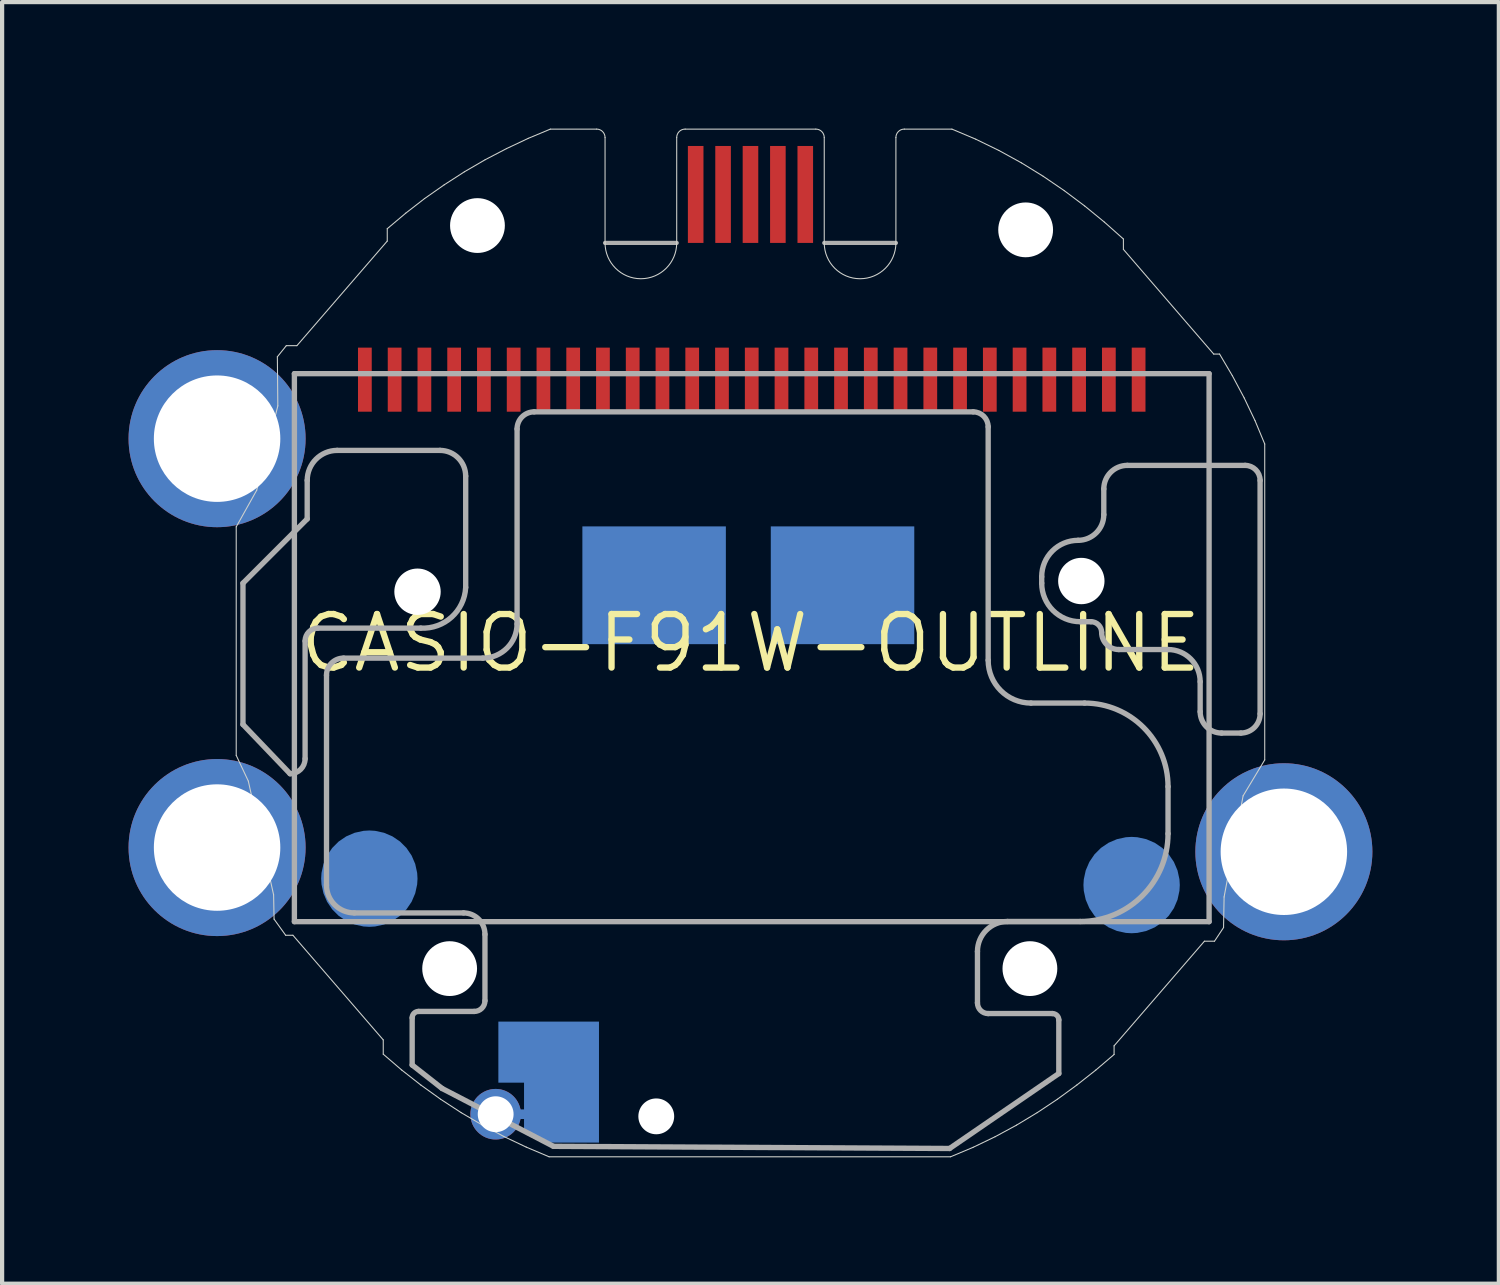
<source format=kicad_pcb>
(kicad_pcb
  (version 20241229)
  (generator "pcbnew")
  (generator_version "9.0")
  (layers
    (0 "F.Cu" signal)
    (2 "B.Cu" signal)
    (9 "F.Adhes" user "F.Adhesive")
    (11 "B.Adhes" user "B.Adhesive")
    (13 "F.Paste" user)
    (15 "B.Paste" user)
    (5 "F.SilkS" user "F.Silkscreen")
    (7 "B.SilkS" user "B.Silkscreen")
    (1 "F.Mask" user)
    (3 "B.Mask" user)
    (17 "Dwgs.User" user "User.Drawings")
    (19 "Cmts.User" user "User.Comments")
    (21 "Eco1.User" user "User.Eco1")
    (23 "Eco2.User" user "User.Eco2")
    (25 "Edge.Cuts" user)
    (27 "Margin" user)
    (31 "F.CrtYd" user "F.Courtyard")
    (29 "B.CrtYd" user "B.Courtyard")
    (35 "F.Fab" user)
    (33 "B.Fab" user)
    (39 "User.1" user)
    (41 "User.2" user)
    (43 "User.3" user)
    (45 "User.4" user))
  (footprint "CASIO-F91W-OUTLINE"
    (layer "F.Cu")
    (at 14.754 12.207)
    (property "Reference" "CASIO-F91W-OUTLINE" (at 0 0 0) (layer "F.SilkS") (effects (font (size 1.27 1.27) (thickness 0.15))))
    (fp_poly (pts (xy -3.594 11.849) (xy -4.957 11.849) (xy -5.372 11.589) (xy -5.372 11.29) (xy -5.626 11.29) (xy -5.626 11.062) (xy -5.372 11.062) (xy -5.372 10.427) (xy -5.981 10.427) (xy -5.981 8.979) (xy -3.594 8.979)) (stroke (width 0) (type solid)) (fill yes) (layer "B.Cu"))
    (fp_poly (pts (xy -3.594 11.849) (xy -4.957 11.849) (xy -5.372 11.589) (xy -5.372 10.427) (xy -5.981 10.427) (xy -5.981 8.979) (xy -3.594 8.979)) (stroke (width 0) (type solid)) (fill yes) (layer "B.Mask"))
    (fp_line (start -12.2 -2.758) (end -11.714 -3.627) (stroke (width 0.025) (type solid)) (layer "Edge.Cuts"))
    (fp_line (start -12.2 2.664) (end -12.2 -2.758) (stroke (width 0.025) (type solid)) (layer "Edge.Cuts"))
    (fp_line (start -11.913 3.273) (end -12.2 2.664) (stroke (width 0.025) (type solid)) (layer "Edge.Cuts"))
    (fp_line (start -11.714 -3.627) (end -11.213 -5.628) (stroke (width 0.025) (type solid)) (layer "Edge.Cuts"))
    (fp_line (start -11.313 5.972) (end -11.913 3.273) (stroke (width 0.025) (type solid)) (layer "Edge.Cuts"))
    (fp_line (start -11.302 6.548) (end -11.313 5.972) (stroke (width 0.025) (type solid)) (layer "Edge.Cuts"))
    (fp_line (start -11.224 -6.793) (end -11.213 -5.628) (stroke (width 0.025) (type solid)) (layer "Edge.Cuts"))
    (fp_line (start -11.027 6.931) (end -11.302 6.548) (stroke (width 0.025) (type solid)) (layer "Edge.Cuts"))
    (fp_line (start -11.012 -7.056) (end -11.224 -6.793) (stroke (width 0.025) (type solid)) (layer "Edge.Cuts"))
    (fp_line (start -10.855 6.931) (end -11.027 6.931) (stroke (width 0.025) (type solid)) (layer "Edge.Cuts"))
    (fp_line (start -10.761 -7.056) (end -11.012 -7.056) (stroke (width 0.025) (type solid)) (layer "Edge.Cuts"))
    (fp_line (start -8.712 9.413) (end -10.855 6.931) (stroke (width 0.025) (type solid)) (layer "Edge.Cuts"))
    (fp_line (start -8.712 9.752) (end -8.712 9.413) (stroke (width 0.025) (type solid)) (layer "Edge.Cuts"))
    (fp_line (start -8.617 -9.831) (end -8.617 -9.538) (stroke (width 0.025) (type solid)) (layer "Edge.Cuts"))
    (fp_line (start -8.617 -9.538) (end -10.761 -7.056) (stroke (width 0.025) (type solid)) (layer "Edge.Cuts"))
    (fp_line (start -8.274 10.128) (end -8.712 9.752) (stroke (width 0.025) (type solid)) (layer "Edge.Cuts"))
    (fp_line (start -8.18 -10.199) (end -8.617 -9.831) (stroke (width 0.025) (type solid)) (layer "Edge.Cuts"))
    (fp_line (start -7.819 10.485) (end -8.274 10.128) (stroke (width 0.025) (type solid)) (layer "Edge.Cuts"))
    (fp_line (start -7.73 -10.548) (end -8.18 -10.199) (stroke (width 0.025) (type solid)) (layer "Edge.Cuts"))
    (fp_line (start -7.349 10.822) (end -7.819 10.485) (stroke (width 0.025) (type solid)) (layer "Edge.Cuts"))
    (fp_line (start -7.264 -10.874) (end -7.73 -10.548) (stroke (width 0.025) (type solid)) (layer "Edge.Cuts"))
    (fp_line (start -6.864 11.139) (end -7.349 10.822) (stroke (width 0.025) (type solid)) (layer "Edge.Cuts"))
    (fp_line (start -6.786 -11.182) (end -7.264 -10.874) (stroke (width 0.025) (type solid)) (layer "Edge.Cuts"))
    (fp_line (start -6.363 11.433) (end -6.864 11.139) (stroke (width 0.025) (type solid)) (layer "Edge.Cuts"))
    (fp_line (start -6.294 -11.468) (end -6.786 -11.182) (stroke (width 0.025) (type solid)) (layer "Edge.Cuts"))
    (fp_line (start -5.849 11.706) (end -6.363 11.433) (stroke (width 0.025) (type solid)) (layer "Edge.Cuts"))
    (fp_line (start -5.789 -11.731) (end -6.294 -11.468) (stroke (width 0.025) (type solid)) (layer "Edge.Cuts"))
    (fp_line (start -5.319 11.957) (end -5.849 11.706) (stroke (width 0.025) (type solid)) (layer "Edge.Cuts"))
    (fp_line (start -5.274 -11.974) (end -5.789 -11.731) (stroke (width 0.025) (type solid)) (layer "Edge.Cuts"))
    (fp_line (start -4.778 12.186) (end -5.319 11.957) (stroke (width 0.025) (type solid)) (layer "Edge.Cuts"))
    (fp_line (start -4.748 -12.194) (end -5.274 -11.974) (stroke (width 0.025) (type solid)) (layer "Edge.Cuts"))
    (fp_line (start -4.748 -12.194) (end -3.65 -12.194) (stroke (width 0.025) (type solid)) (layer "Edge.Cuts"))
    (fp_line (start -3.45 -11.994) (end -3.45 -9.494) (stroke (width 0.025) (type solid)) (layer "Edge.Cuts"))
    (fp_line (start -1.75 -11.994) (end -1.75 -9.494) (stroke (width 0.025) (type solid)) (layer "Edge.Cuts"))
    (fp_line (start -1.55 -12.194) (end 1.55 -12.194) (stroke (width 0.025) (type solid)) (layer "Edge.Cuts"))
    (fp_line (start 1.75 -11.994) (end 1.75 -9.494) (stroke (width 0.025) (type solid)) (layer "Edge.Cuts"))
    (fp_line (start 3.45 -11.994) (end 3.45 -9.494) (stroke (width 0.025) (type solid)) (layer "Edge.Cuts"))
    (fp_line (start 3.65 -12.194) (end 4.779 -12.194) (stroke (width 0.025) (type solid)) (layer "Edge.Cuts"))
    (fp_line (start 4.747 12.186) (end -4.778 12.186) (stroke (width 0.025) (type solid)) (layer "Edge.Cuts"))
    (fp_line (start 5.283 11.961) (end 4.747 12.186) (stroke (width 0.025) (type solid)) (layer "Edge.Cuts"))
    (fp_line (start 5.344 -11.955) (end 4.779 -12.194) (stroke (width 0.025) (type solid)) (layer "Edge.Cuts"))
    (fp_line (start 5.804 11.71) (end 5.283 11.961) (stroke (width 0.025) (type solid)) (layer "Edge.Cuts"))
    (fp_line (start 5.894 -11.687) (end 5.344 -11.955) (stroke (width 0.025) (type solid)) (layer "Edge.Cuts"))
    (fp_line (start 6.31 11.436) (end 5.804 11.71) (stroke (width 0.025) (type solid)) (layer "Edge.Cuts"))
    (fp_line (start 6.427 -11.394) (end 5.894 -11.687) (stroke (width 0.025) (type solid)) (layer "Edge.Cuts"))
    (fp_line (start 6.802 11.139) (end 6.31 11.436) (stroke (width 0.025) (type solid)) (layer "Edge.Cuts"))
    (fp_line (start 6.944 -11.075) (end 6.427 -11.394) (stroke (width 0.025) (type solid)) (layer "Edge.Cuts"))
    (fp_line (start 7.279 10.822) (end 6.802 11.139) (stroke (width 0.025) (type solid)) (layer "Edge.Cuts"))
    (fp_line (start 7.444 -10.734) (end 6.944 -11.075) (stroke (width 0.025) (type solid)) (layer "Edge.Cuts"))
    (fp_line (start 7.742 10.484) (end 7.279 10.822) (stroke (width 0.025) (type solid)) (layer "Edge.Cuts"))
    (fp_line (start 7.928 -10.371) (end 7.444 -10.734) (stroke (width 0.025) (type solid)) (layer "Edge.Cuts"))
    (fp_line (start 8.191 10.13) (end 7.742 10.484) (stroke (width 0.025) (type solid)) (layer "Edge.Cuts"))
    (fp_line (start 8.396 -9.988) (end 7.928 -10.371) (stroke (width 0.025) (type solid)) (layer "Edge.Cuts"))
    (fp_line (start 8.626 9.554) (end 8.626 9.759) (stroke (width 0.025) (type solid)) (layer "Edge.Cuts"))
    (fp_line (start 8.626 9.759) (end 8.191 10.13) (stroke (width 0.025) (type solid)) (layer "Edge.Cuts"))
    (fp_line (start 8.847 -9.587) (end 8.396 -9.988) (stroke (width 0.025) (type solid)) (layer "Edge.Cuts"))
    (fp_line (start 8.847 -9.341) (end 8.847 -9.587) (stroke (width 0.025) (type solid)) (layer "Edge.Cuts"))
    (fp_line (start 10.769 7.072) (end 8.626 9.554) (stroke (width 0.025) (type solid)) (layer "Edge.Cuts"))
    (fp_line (start 10.99 -6.857) (end 8.847 -9.341) (stroke (width 0.025) (type solid)) (layer "Edge.Cuts"))
    (fp_line (start 11.008 7.072) (end 10.769 7.072) (stroke (width 0.025) (type solid)) (layer "Edge.Cuts"))
    (fp_line (start 11.129 -6.857) (end 10.99 -6.857) (stroke (width 0.025) (type solid)) (layer "Edge.Cuts"))
    (fp_line (start 11.223 6.748) (end 11.008 7.072) (stroke (width 0.025) (type solid)) (layer "Edge.Cuts"))
    (fp_line (start 11.236 6.022) (end 11.223 6.748) (stroke (width 0.025) (type solid)) (layer "Edge.Cuts"))
    (fp_line (start 11.431 -6.345) (end 11.129 -6.857) (stroke (width 0.025) (type solid)) (layer "Edge.Cuts"))
    (fp_line (start 11.687 3.623) (end 11.236 6.022) (stroke (width 0.025) (type solid)) (layer "Edge.Cuts"))
    (fp_line (start 11.687 3.623) (end 12.2 2.77) (stroke (width 0.025) (type solid)) (layer "Edge.Cuts"))
    (fp_line (start 11.712 -5.818) (end 11.431 -6.345) (stroke (width 0.025) (type solid)) (layer "Edge.Cuts"))
    (fp_line (start 11.969 -5.279) (end 11.712 -5.818) (stroke (width 0.025) (type solid)) (layer "Edge.Cuts"))
    (fp_line (start 12.2 -4.724) (end 11.969 -5.279) (stroke (width 0.025) (type solid)) (layer "Edge.Cuts"))
    (fp_line (start 12.2 2.77) (end 12.2 -4.724) (stroke (width 0.025) (type solid)) (layer "Edge.Cuts"))
    (fp_arc (start -3.65 -12.19444) (mid -3.508579 -12.135861) (end -3.45 -11.99444) (stroke (width 0.025) (type solid)) (layer "Edge.Cuts"))
    (fp_arc (start -1.75 -11.99444) (mid -1.691421 -12.135861) (end -1.55 -12.19444) (stroke (width 0.025) (type solid)) (layer "Edge.Cuts"))
    (fp_arc (start -1.75 -9.49444) (mid -2.6 -8.64444) (end -3.45 -9.49444) (stroke (width 0.025) (type solid)) (layer "Edge.Cuts"))
    (fp_arc (start 1.55 -12.19444) (mid 1.691421 -12.135861) (end 1.75 -11.99444) (stroke (width 0.025) (type solid)) (layer "Edge.Cuts"))
    (fp_arc (start 3.45 -11.99444) (mid 3.508579 -12.135861) (end 3.65 -12.19444) (stroke (width 0.025) (type solid)) (layer "Edge.Cuts"))
    (fp_arc (start 3.45 -9.49444) (mid 2.6 -8.64444) (end 1.75 -9.49444) (stroke (width 0.025) (type solid)) (layer "Edge.Cuts"))
    (fp_line (start -12.04 -1.422) (end -10.516 -2.946) (stroke (width 0.127) (type solid)) (layer "F.Fab"))
    (fp_line (start -12.04 1.93) (end -12.04 -1.422) (stroke (width 0.127) (type solid)) (layer "F.Fab"))
    (fp_line (start -10.922 3.099) (end -12.04 1.93) (stroke (width 0.127) (type solid)) (layer "F.Fab"))
    (fp_line (start -10.82 -6.392) (end -10.82 6.608) (stroke (width 0.127) (type solid)) (layer "F.Fab"))
    (fp_line (start -10.82 -6.392) (end 10.88 -6.392) (stroke (width 0.127) (type solid)) (layer "F.Fab"))
    (fp_line (start -10.566 -0.051) (end -10.566 2.743) (stroke (width 0.127) (type solid)) (layer "F.Fab"))
    (fp_line (start -10.516 -2.946) (end -10.516 -3.861) (stroke (width 0.127) (type solid)) (layer "F.Fab"))
    (fp_line (start -10.058 5.74) (end -10.058 0.762) (stroke (width 0.127) (type solid)) (layer "F.Fab"))
    (fp_line (start -9.804 -4.572) (end -7.366 -4.572) (stroke (width 0.127) (type solid)) (layer "F.Fab"))
    (fp_line (start -9.652 0.356) (end -6.35 0.356) (stroke (width 0.127) (type solid)) (layer "F.Fab"))
    (fp_line (start -8.026 10.008) (end -8.026 8.89) (stroke (width 0.127) (type solid)) (layer "F.Fab"))
    (fp_line (start -7.874 8.738) (end -6.553 8.738) (stroke (width 0.127) (type solid)) (layer "F.Fab"))
    (fp_line (start -7.823 -0.356) (end -10.262 -0.356) (stroke (width 0.127) (type solid)) (layer "F.Fab"))
    (fp_line (start -7.315 10.566) (end -8.026 10.008) (stroke (width 0.127) (type solid)) (layer "F.Fab"))
    (fp_line (start -6.807 6.401) (end -9.398 6.401) (stroke (width 0.127) (type solid)) (layer "F.Fab"))
    (fp_line (start -6.756 -3.962) (end -6.756 -1.321) (stroke (width 0.127) (type solid)) (layer "F.Fab"))
    (fp_line (start -6.299 8.484) (end -6.299 6.909) (stroke (width 0.127) (type solid)) (layer "F.Fab"))
    (fp_line (start -5.537 -0.457) (end -5.537 -5.08) (stroke (width 0.127) (type solid)) (layer "F.Fab"))
    (fp_line (start -5.131 -5.486) (end 5.283 -5.486) (stroke (width 0.127) (type solid)) (layer "F.Fab"))
    (fp_line (start -4.674 11.938) (end -7.315 10.566) (stroke (width 0.127) (type solid)) (layer "F.Fab"))
    (fp_line (start -1.75 -9.494) (end -3.45 -9.494) (stroke (width 0.1) (type solid)) (layer "F.Fab"))
    (fp_line (start 1.75 -9.494) (end 3.45 -9.494) (stroke (width 0.1) (type solid)) (layer "F.Fab"))
    (fp_line (start 4.724 11.989) (end -4.674 11.938) (stroke (width 0.127) (type solid)) (layer "F.Fab"))
    (fp_line (start 5.385 7.315) (end 5.385 8.534) (stroke (width 0.127) (type solid)) (layer "F.Fab"))
    (fp_line (start 5.639 -5.131) (end 5.639 0.406) (stroke (width 0.127) (type solid)) (layer "F.Fab"))
    (fp_line (start 5.639 8.788) (end 7.163 8.788) (stroke (width 0.127) (type solid)) (layer "F.Fab"))
    (fp_line (start 6.655 1.422) (end 7.925 1.422) (stroke (width 0.127) (type solid)) (layer "F.Fab"))
    (fp_line (start 6.909 -1.575) (end 6.909 -1.422) (stroke (width 0.127) (type solid)) (layer "F.Fab"))
    (fp_line (start 7.315 8.941) (end 7.315 10.211) (stroke (width 0.127) (type solid)) (layer "F.Fab"))
    (fp_line (start 7.315 10.211) (end 4.724 11.989) (stroke (width 0.127) (type solid)) (layer "F.Fab"))
    (fp_line (start 7.823 -0.508) (end 8.077 -0.508) (stroke (width 0.127) (type solid)) (layer "F.Fab"))
    (fp_line (start 7.823 6.604) (end 6.096 6.604) (stroke (width 0.127) (type solid)) (layer "F.Fab"))
    (fp_line (start 8.382 -3.658) (end 8.382 -3.048) (stroke (width 0.127) (type solid)) (layer "F.Fab"))
    (fp_line (start 8.738 0.152) (end 9.906 0.152) (stroke (width 0.127) (type solid)) (layer "F.Fab"))
    (fp_line (start 9.906 3.404) (end 9.906 4.521) (stroke (width 0.127) (type solid)) (layer "F.Fab"))
    (fp_line (start 10.668 0.914) (end 10.668 1.626) (stroke (width 0.127) (type solid)) (layer "F.Fab"))
    (fp_line (start 10.88 -6.392) (end 10.88 6.608) (stroke (width 0.127) (type solid)) (layer "F.Fab"))
    (fp_line (start 10.88 6.608) (end -10.82 6.608) (stroke (width 0.127) (type solid)) (layer "F.Fab"))
    (fp_line (start 11.176 2.134) (end 11.633 2.134) (stroke (width 0.127) (type solid)) (layer "F.Fab"))
    (fp_line (start 11.735 -4.216) (end 8.941 -4.216) (stroke (width 0.127) (type solid)) (layer "F.Fab"))
    (fp_line (start 12.09 1.676) (end 12.09 -3.861) (stroke (width 0.127) (type solid)) (layer "F.Fab"))
    (fp_arc (start -10.566401 -0.050799) (mid -10.477127 -0.266326) (end -10.2616 -0.3556) (stroke (width 0.127) (type solid)) (layer "F.Fab"))
    (fp_arc (start -10.5664 2.7432) (mid -10.670553 2.994647) (end -10.922 3.0988) (stroke (width 0.127) (type solid)) (layer "F.Fab"))
    (fp_arc (start -10.5156 -3.8608) (mid -10.307294 -4.363694) (end -9.8044 -4.572) (stroke (width 0.127) (type solid)) (layer "F.Fab"))
    (fp_arc (start -10.0584 0.762) (mid -9.939368 0.474632) (end -9.652 0.3556) (stroke (width 0.127) (type solid)) (layer "F.Fab"))
    (fp_arc (start -9.398 6.4008) (mid -9.864973 6.207373) (end -10.0584 5.7404) (stroke (width 0.127) (type solid)) (layer "F.Fab"))
    (fp_arc (start -8.0264 8.89) (mid -7.981763 8.782237) (end -7.874 8.7376) (stroke (width 0.127) (type solid)) (layer "F.Fab"))
    (fp_arc (start -7.366 -4.572) (mid -6.934948 -4.393452) (end -6.7564 -3.9624) (stroke (width 0.127) (type solid)) (layer "F.Fab"))
    (fp_arc (start -6.8072 6.4008) (mid -6.44799 6.54959) (end -6.2992 6.9088) (stroke (width 0.127) (type solid)) (layer "F.Fab"))
    (fp_arc (start -6.7564 -1.3208) (mid -7.089901 -0.617258) (end -7.8232 -0.3556) (stroke (width 0.127) (type solid)) (layer "F.Fab"))
    (fp_arc (start -6.2992 8.4836) (mid -6.373595 8.663205) (end -6.5532 8.7376) (stroke (width 0.127) (type solid)) (layer "F.Fab"))
    (fp_arc (start -5.5372 -5.08) (mid -5.418168 -5.367368) (end -5.1308 -5.4864) (stroke (width 0.127) (type solid)) (layer "F.Fab"))
    (fp_arc (start -5.5372 -0.4572) (mid -5.775264 0.117536) (end -6.35 0.3556) (stroke (width 0.127) (type solid)) (layer "F.Fab"))
    (fp_arc (start 5.2832 -5.4864) (mid 5.534647 -5.382247) (end 5.6388 -5.1308) (stroke (width 0.127) (type solid)) (layer "F.Fab"))
    (fp_arc (start 5.3848 7.3152) (mid 5.593106 6.812306) (end 6.096 6.604) (stroke (width 0.127) (type solid)) (layer "F.Fab"))
    (fp_arc (start 5.6388 8.7884) (mid 5.459195 8.714005) (end 5.3848 8.5344) (stroke (width 0.127) (type solid)) (layer "F.Fab"))
    (fp_arc (start 6.654801 1.422399) (mid 5.93638 1.12482) (end 5.6388 0.4064) (stroke (width 0.127) (type solid)) (layer "F.Fab"))
    (fp_arc (start 6.9088 -1.5748) (mid 7.161743 -2.185457) (end 7.7724 -2.4384) (stroke (width 0.127) (type solid)) (layer "F.Fab"))
    (fp_arc (start 7.1628 8.7884) (mid 7.270563 8.833037) (end 7.3152 8.9408) (stroke (width 0.127) (type solid)) (layer "F.Fab"))
    (fp_arc (start 7.8232 -0.508) (mid 7.176622 -0.775822) (end 6.9088 -1.4224) (stroke (width 0.127) (type solid)) (layer "F.Fab"))
    (fp_arc (start 7.9248 1.4224) (mid 9.32572 2.00268) (end 9.906 3.4036) (stroke (width 0.127) (type solid)) (layer "F.Fab"))
    (fp_arc (start 8.0772 -0.508) (mid 8.256806 -0.433605) (end 8.331201 -0.253999) (stroke (width 0.127) (type solid)) (layer "F.Fab"))
    (fp_arc (start 8.382 -3.6576) (mid 8.545669 -4.052731) (end 8.9408 -4.2164) (stroke (width 0.127) (type solid)) (layer "F.Fab"))
    (fp_arc (start 8.382 -3.048) (mid 8.203452 -2.616948) (end 7.7724 -2.4384) (stroke (width 0.127) (type solid)) (layer "F.Fab"))
    (fp_arc (start 8.7376 0.1524) (mid 8.450232 0.033368) (end 8.3312 -0.254) (stroke (width 0.127) (type solid)) (layer "F.Fab"))
    (fp_arc (start 9.906 0.1524) (mid 10.444815 0.375585) (end 10.668 0.9144) (stroke (width 0.127) (type solid)) (layer "F.Fab"))
    (fp_arc (start 9.906 4.5212) (mid 9.295962 5.993962) (end 7.8232 6.604) (stroke (width 0.127) (type solid)) (layer "F.Fab"))
    (fp_arc (start 11.176 2.1336) (mid 10.81679 1.98481) (end 10.668 1.6256) (stroke (width 0.127) (type solid)) (layer "F.Fab"))
    (fp_arc (start 11.7348 -4.2164) (mid 11.986247 -4.112247) (end 12.0904 -3.8608) (stroke (width 0.127) (type solid)) (layer "F.Fab"))
    (fp_arc (start 12.0904 1.6764) (mid 11.956489 1.999689) (end 11.6332 2.1336) (stroke (width 0.127) (type solid)) (layer "F.Fab"))
    (pad "" np_thru_hole circle (at -7.899 -1.219) (size 1.1 1.1) (drill 1.1) (layers "*.Cu" "*.Mask"))
    (pad "" np_thru_hole circle (at -7.137 7.722) (size 1.3 1.3) (drill 1.3) (layers "*.Cu" "*.Mask"))
    (pad "" np_thru_hole circle (at -6.477 -9.906) (size 1.3 1.3) (drill 1.3) (layers "*.Cu" "*.Mask"))
    (pad "" np_thru_hole circle (at -2.235 11.227) (size 0.85 0.85) (drill 0.85) (layers "*.Cu" "*.Mask"))
    (pad "" np_thru_hole circle (at 6.528 -9.804) (size 1.3 1.3) (drill 1.3) (layers "*.Cu" "*.Mask"))
    (pad "" np_thru_hole circle (at 6.629 7.722) (size 1.3 1.3) (drill 1.3) (layers "*.Cu" "*.Mask"))
    (pad "" np_thru_hole circle (at 7.849 -1.473) (size 1.1 1.1) (drill 1.1) (layers "*.Cu" "*.Mask"))
    (pad "1" smd rect (at -9.148 -6.25) (size 0.326 1.52) (layers "F.Cu" "F.Mask"))
    (pad "2" smd rect (at -8.442 -6.25) (size 0.326 1.52) (layers "F.Cu" "F.Mask"))
    (pad "3" smd rect (at -7.736 -6.25) (size 0.326 1.52) (layers "F.Cu" "F.Mask"))
    (pad "4" smd rect (at -7.03 -6.25) (size 0.326 1.52) (layers "F.Cu" "F.Mask"))
    (pad "5" smd rect (at -6.324 -6.25) (size 0.326 1.52) (layers "F.Cu" "F.Mask"))
    (pad "6" smd rect (at -5.618 -6.25) (size 0.326 1.52) (layers "F.Cu" "F.Mask"))
    (pad "7" smd rect (at -4.912 -6.25) (size 0.326 1.52) (layers "F.Cu" "F.Mask"))
    (pad "8" smd rect (at -4.206 -6.25) (size 0.326 1.52) (layers "F.Cu" "F.Mask"))
    (pad "9" smd rect (at -3.5 -6.25) (size 0.326 1.52) (layers "F.Cu" "F.Mask"))
    (pad "10" smd rect (at -2.794 -6.25) (size 0.326 1.52) (layers "F.Cu" "F.Mask"))
    (pad "11" smd rect (at -2.088 -6.25) (size 0.326 1.52) (layers "F.Cu" "F.Mask"))
    (pad "12" smd rect (at -1.382 -6.25) (size 0.326 1.52) (layers "F.Cu" "F.Mask"))
    (pad "13" smd rect (at -0.676 -6.25) (size 0.326 1.52) (layers "F.Cu" "F.Mask"))
    (pad "14" smd rect (at 0.03 -6.25) (size 0.326 1.52) (layers "F.Cu" "F.Mask"))
    (pad "15" smd rect (at 0.736 -6.25) (size 0.326 1.52) (layers "F.Cu" "F.Mask"))
    (pad "16" smd rect (at 1.442 -6.25) (size 0.326 1.52) (layers "F.Cu" "F.Mask"))
    (pad "17" smd rect (at 2.148 -6.25) (size 0.326 1.52) (layers "F.Cu" "F.Mask"))
    (pad "18" smd rect (at 2.854 -6.25) (size 0.326 1.52) (layers "F.Cu" "F.Mask"))
    (pad "19" smd rect (at 3.56 -6.25) (size 0.326 1.52) (layers "F.Cu" "F.Mask"))
    (pad "20" smd rect (at 4.266 -6.25) (size 0.326 1.52) (layers "F.Cu" "F.Mask"))
    (pad "21" smd rect (at 4.972 -6.25) (size 0.326 1.52) (layers "F.Cu" "F.Mask"))
    (pad "22" smd rect (at 5.678 -6.25) (size 0.326 1.52) (layers "F.Cu" "F.Mask"))
    (pad "23" smd rect (at 6.384 -6.25) (size 0.326 1.52) (layers "F.Cu" "F.Mask"))
    (pad "24" smd rect (at 7.09 -6.25) (size 0.326 1.52) (layers "F.Cu" "F.Mask"))
    (pad "25" smd rect (at 7.796 -6.25) (size 0.326 1.52) (layers "F.Cu" "F.Mask"))
    (pad "26" smd rect (at 8.502 -6.25) (size 0.326 1.52) (layers "F.Cu" "F.Mask"))
    (pad "27" smd rect (at 9.208 -6.25) (size 0.326 1.52) (layers "F.Cu" "F.Mask"))
    (pad "ALARM" thru_hole circle (at 12.654 4.95) (size 4.2 4.2) (drill 3) (layers "*.Cu" "*.Mask"))
    (pad "BUZZER" thru_hole circle (at -6.045 11.176) (size 1.2 1.2) (drill 0.85) (layers "*.Cu" "*.Mask"))
    (pad "GND" smd rect (at 1.3 -10.644 90) (size 2.3 0.37) (layers "F.Cu" "F.Mask"))
    (pad "GND1" smd rect (at -2.286 -1.372 180) (size 3.404 2.794) (layers "B.Cu" "B.Mask"))
    (pad "GND2" smd rect (at 2.184 -1.372 180) (size 3.404 2.794) (layers "B.Cu" "B.Mask"))
    (pad "LIGHT" thru_hole circle (at -12.654 -4.85) (size 4.2 4.2) (drill 3) (layers "*.Cu" "*.Mask"))
    (pad "MODE" thru_hole circle (at -12.654 4.85) (size 4.2 4.2) (drill 3) (layers "*.Cu" "*.Mask"))
    (pad "USB_ID" smd rect (at 0.65 -10.644 90) (size 2.3 0.37) (layers "F.Cu" "F.Mask"))
    (pad "USB_N" smd rect (at -0.65 -10.644 90) (size 2.3 0.37) (layers "F.Cu" "F.Mask"))
    (pad "USB_P" smd rect (at 0 -10.644 90) (size 2.3 0.37) (layers "F.Cu" "F.Mask"))
    (pad "VBUS" smd rect (at -1.3 -10.644 90) (size 2.3 0.37) (layers "F.Cu" "F.Mask"))
    (pad "VCC1" smd roundrect (at -9.042 5.588 180) (size 2.286 2.286) (layers "B.Cu" "B.Mask") (roundrect_rratio 0.5))
    (pad "VCC2" smd roundrect (at 9.042 5.74 180) (size 2.286 2.286) (layers "B.Cu" "B.Mask") (roundrect_rratio 0.5)))
  (gr_rect
    (start -3 -3)
    (end 32.508 27.405)
    (stroke (width 0.1) (type default))
    (fill no)
    (layer "Edge.Cuts")))
</source>
